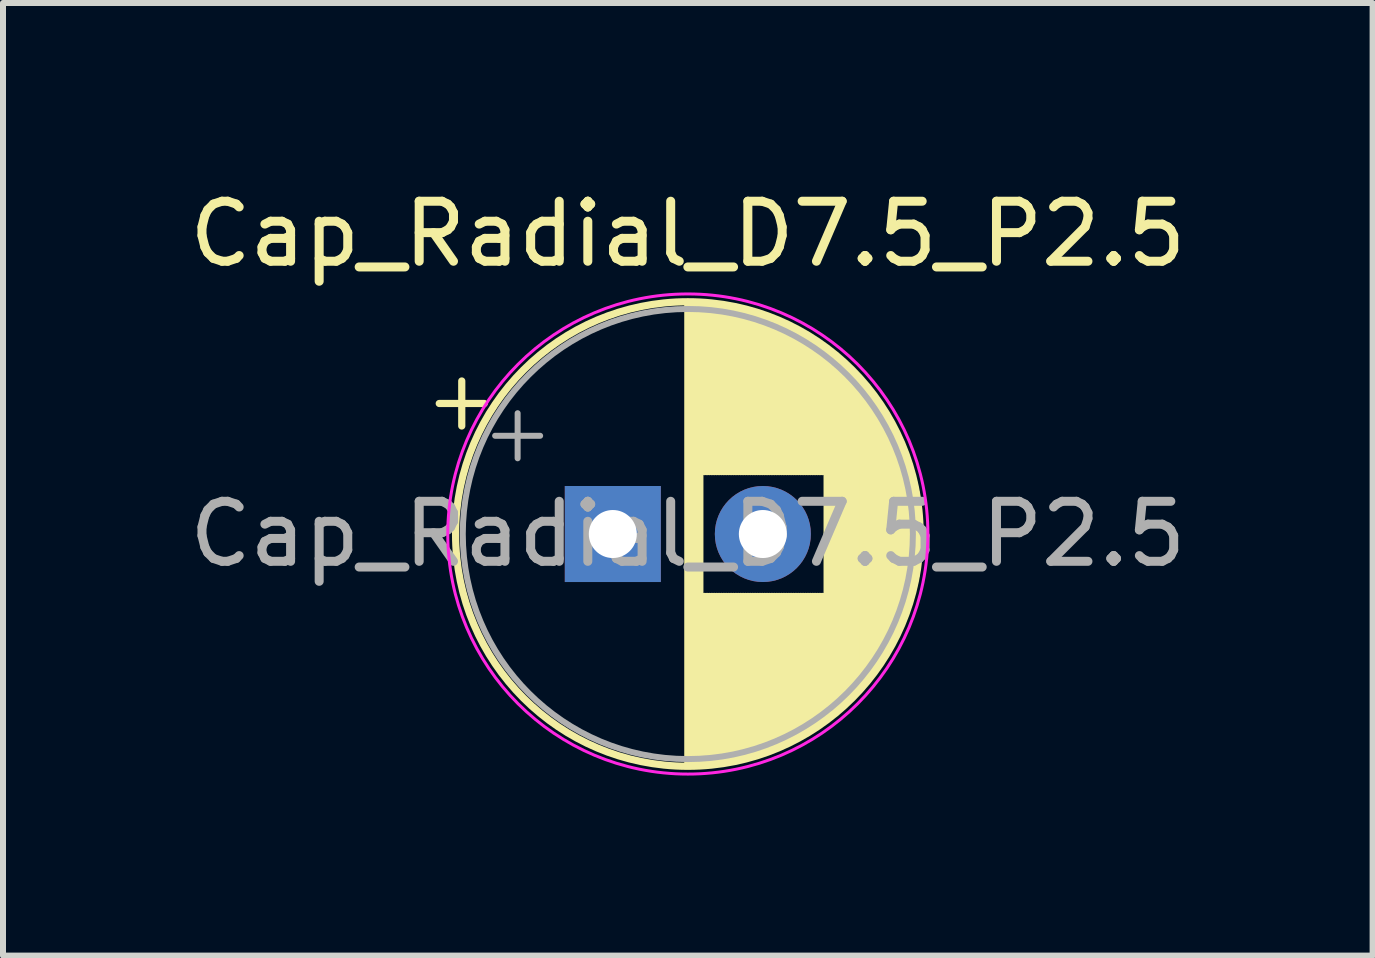
<source format=kicad_pcb>
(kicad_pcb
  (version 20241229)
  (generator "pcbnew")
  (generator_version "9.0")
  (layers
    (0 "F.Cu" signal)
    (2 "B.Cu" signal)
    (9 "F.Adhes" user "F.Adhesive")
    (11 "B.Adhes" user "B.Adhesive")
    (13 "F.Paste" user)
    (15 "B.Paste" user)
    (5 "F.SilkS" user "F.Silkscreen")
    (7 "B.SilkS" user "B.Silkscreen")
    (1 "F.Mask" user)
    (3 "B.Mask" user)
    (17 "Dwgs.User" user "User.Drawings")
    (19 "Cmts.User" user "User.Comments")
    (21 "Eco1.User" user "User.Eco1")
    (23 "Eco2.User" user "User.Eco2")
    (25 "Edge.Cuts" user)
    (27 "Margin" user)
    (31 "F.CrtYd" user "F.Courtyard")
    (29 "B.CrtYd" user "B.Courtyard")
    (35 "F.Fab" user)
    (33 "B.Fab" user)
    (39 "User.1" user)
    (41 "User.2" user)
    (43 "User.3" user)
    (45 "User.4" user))
  (footprint "Cap_Radial_D7.5_P2.5"
    (layer "F.Cu")
    (at 7.161 5.848)
    (property "Reference" "Cap_Radial_D7.5_P2.5" (at 1.25 -5 0) (layer "F.SilkS") (effects (font (size 1 1) (thickness 0.15))))
    (fp_line (start -2.892 -2.175) (end -2.142 -2.175) (stroke (width 0.12) (type solid)) (layer "F.SilkS"))
    (fp_line (start -2.517 -2.55) (end -2.517 -1.8) (stroke (width 0.12) (type solid)) (layer "F.SilkS"))
    (fp_line (start 1.25 -3.83) (end 1.25 3.83) (stroke (width 0.12) (type solid)) (layer "F.SilkS"))
    (fp_line (start 1.29 -3.83) (end 1.29 3.83) (stroke (width 0.12) (type solid)) (layer "F.SilkS"))
    (fp_line (start 1.33 -3.83) (end 1.33 3.83) (stroke (width 0.12) (type solid)) (layer "F.SilkS"))
    (fp_line (start 1.37 -3.829) (end 1.37 3.829) (stroke (width 0.12) (type solid)) (layer "F.SilkS"))
    (fp_line (start 1.41 -3.827) (end 1.41 3.827) (stroke (width 0.12) (type solid)) (layer "F.SilkS"))
    (fp_line (start 1.45 -3.825) (end 1.45 3.825) (stroke (width 0.12) (type solid)) (layer "F.SilkS"))
    (fp_line (start 1.49 -3.823) (end 1.49 -1.04) (stroke (width 0.12) (type solid)) (layer "F.SilkS"))
    (fp_line (start 1.49 1.04) (end 1.49 3.823) (stroke (width 0.12) (type solid)) (layer "F.SilkS"))
    (fp_line (start 1.53 -3.82) (end 1.53 -1.04) (stroke (width 0.12) (type solid)) (layer "F.SilkS"))
    (fp_line (start 1.53 1.04) (end 1.53 3.82) (stroke (width 0.12) (type solid)) (layer "F.SilkS"))
    (fp_line (start 1.57 -3.817) (end 1.57 -1.04) (stroke (width 0.12) (type solid)) (layer "F.SilkS"))
    (fp_line (start 1.57 1.04) (end 1.57 3.817) (stroke (width 0.12) (type solid)) (layer "F.SilkS"))
    (fp_line (start 1.61 -3.814) (end 1.61 -1.04) (stroke (width 0.12) (type solid)) (layer "F.SilkS"))
    (fp_line (start 1.61 1.04) (end 1.61 3.814) (stroke (width 0.12) (type solid)) (layer "F.SilkS"))
    (fp_line (start 1.65 -3.81) (end 1.65 -1.04) (stroke (width 0.12) (type solid)) (layer "F.SilkS"))
    (fp_line (start 1.65 1.04) (end 1.65 3.81) (stroke (width 0.12) (type solid)) (layer "F.SilkS"))
    (fp_line (start 1.69 -3.805) (end 1.69 -1.04) (stroke (width 0.12) (type solid)) (layer "F.SilkS"))
    (fp_line (start 1.69 1.04) (end 1.69 3.805) (stroke (width 0.12) (type solid)) (layer "F.SilkS"))
    (fp_line (start 1.73 -3.801) (end 1.73 -1.04) (stroke (width 0.12) (type solid)) (layer "F.SilkS"))
    (fp_line (start 1.73 1.04) (end 1.73 3.801) (stroke (width 0.12) (type solid)) (layer "F.SilkS"))
    (fp_line (start 1.77 -3.795) (end 1.77 -1.04) (stroke (width 0.12) (type solid)) (layer "F.SilkS"))
    (fp_line (start 1.77 1.04) (end 1.77 3.795) (stroke (width 0.12) (type solid)) (layer "F.SilkS"))
    (fp_line (start 1.81 -3.79) (end 1.81 -1.04) (stroke (width 0.12) (type solid)) (layer "F.SilkS"))
    (fp_line (start 1.81 1.04) (end 1.81 3.79) (stroke (width 0.12) (type solid)) (layer "F.SilkS"))
    (fp_line (start 1.85 -3.784) (end 1.85 -1.04) (stroke (width 0.12) (type solid)) (layer "F.SilkS"))
    (fp_line (start 1.85 1.04) (end 1.85 3.784) (stroke (width 0.12) (type solid)) (layer "F.SilkS"))
    (fp_line (start 1.89 -3.777) (end 1.89 -1.04) (stroke (width 0.12) (type solid)) (layer "F.SilkS"))
    (fp_line (start 1.89 1.04) (end 1.89 3.777) (stroke (width 0.12) (type solid)) (layer "F.SilkS"))
    (fp_line (start 1.93 -3.77) (end 1.93 -1.04) (stroke (width 0.12) (type solid)) (layer "F.SilkS"))
    (fp_line (start 1.93 1.04) (end 1.93 3.77) (stroke (width 0.12) (type solid)) (layer "F.SilkS"))
    (fp_line (start 1.971 -3.763) (end 1.971 -1.04) (stroke (width 0.12) (type solid)) (layer "F.SilkS"))
    (fp_line (start 1.971 1.04) (end 1.971 3.763) (stroke (width 0.12) (type solid)) (layer "F.SilkS"))
    (fp_line (start 2.011 -3.755) (end 2.011 -1.04) (stroke (width 0.12) (type solid)) (layer "F.SilkS"))
    (fp_line (start 2.011 1.04) (end 2.011 3.755) (stroke (width 0.12) (type solid)) (layer "F.SilkS"))
    (fp_line (start 2.051 -3.747) (end 2.051 -1.04) (stroke (width 0.12) (type solid)) (layer "F.SilkS"))
    (fp_line (start 2.051 1.04) (end 2.051 3.747) (stroke (width 0.12) (type solid)) (layer "F.SilkS"))
    (fp_line (start 2.091 -3.738) (end 2.091 -1.04) (stroke (width 0.12) (type solid)) (layer "F.SilkS"))
    (fp_line (start 2.091 1.04) (end 2.091 3.738) (stroke (width 0.12) (type solid)) (layer "F.SilkS"))
    (fp_line (start 2.131 -3.729) (end 2.131 -1.04) (stroke (width 0.12) (type solid)) (layer "F.SilkS"))
    (fp_line (start 2.131 1.04) (end 2.131 3.729) (stroke (width 0.12) (type solid)) (layer "F.SilkS"))
    (fp_line (start 2.171 -3.72) (end 2.171 -1.04) (stroke (width 0.12) (type solid)) (layer "F.SilkS"))
    (fp_line (start 2.171 1.04) (end 2.171 3.72) (stroke (width 0.12) (type solid)) (layer "F.SilkS"))
    (fp_line (start 2.211 -3.71) (end 2.211 -1.04) (stroke (width 0.12) (type solid)) (layer "F.SilkS"))
    (fp_line (start 2.211 1.04) (end 2.211 3.71) (stroke (width 0.12) (type solid)) (layer "F.SilkS"))
    (fp_line (start 2.251 -3.699) (end 2.251 -1.04) (stroke (width 0.12) (type solid)) (layer "F.SilkS"))
    (fp_line (start 2.251 1.04) (end 2.251 3.699) (stroke (width 0.12) (type solid)) (layer "F.SilkS"))
    (fp_line (start 2.291 -3.688) (end 2.291 -1.04) (stroke (width 0.12) (type solid)) (layer "F.SilkS"))
    (fp_line (start 2.291 1.04) (end 2.291 3.688) (stroke (width 0.12) (type solid)) (layer "F.SilkS"))
    (fp_line (start 2.331 -3.677) (end 2.331 -1.04) (stroke (width 0.12) (type solid)) (layer "F.SilkS"))
    (fp_line (start 2.331 1.04) (end 2.331 3.677) (stroke (width 0.12) (type solid)) (layer "F.SilkS"))
    (fp_line (start 2.371 -3.665) (end 2.371 -1.04) (stroke (width 0.12) (type solid)) (layer "F.SilkS"))
    (fp_line (start 2.371 1.04) (end 2.371 3.665) (stroke (width 0.12) (type solid)) (layer "F.SilkS"))
    (fp_line (start 2.411 -3.653) (end 2.411 -1.04) (stroke (width 0.12) (type solid)) (layer "F.SilkS"))
    (fp_line (start 2.411 1.04) (end 2.411 3.653) (stroke (width 0.12) (type solid)) (layer "F.SilkS"))
    (fp_line (start 2.451 -3.64) (end 2.451 -1.04) (stroke (width 0.12) (type solid)) (layer "F.SilkS"))
    (fp_line (start 2.451 1.04) (end 2.451 3.64) (stroke (width 0.12) (type solid)) (layer "F.SilkS"))
    (fp_line (start 2.491 -3.626) (end 2.491 -1.04) (stroke (width 0.12) (type solid)) (layer "F.SilkS"))
    (fp_line (start 2.491 1.04) (end 2.491 3.626) (stroke (width 0.12) (type solid)) (layer "F.SilkS"))
    (fp_line (start 2.531 -3.613) (end 2.531 -1.04) (stroke (width 0.12) (type solid)) (layer "F.SilkS"))
    (fp_line (start 2.531 1.04) (end 2.531 3.613) (stroke (width 0.12) (type solid)) (layer "F.SilkS"))
    (fp_line (start 2.571 -3.598) (end 2.571 -1.04) (stroke (width 0.12) (type solid)) (layer "F.SilkS"))
    (fp_line (start 2.571 1.04) (end 2.571 3.598) (stroke (width 0.12) (type solid)) (layer "F.SilkS"))
    (fp_line (start 2.611 -3.584) (end 2.611 -1.04) (stroke (width 0.12) (type solid)) (layer "F.SilkS"))
    (fp_line (start 2.611 1.04) (end 2.611 3.584) (stroke (width 0.12) (type solid)) (layer "F.SilkS"))
    (fp_line (start 2.651 -3.568) (end 2.651 -1.04) (stroke (width 0.12) (type solid)) (layer "F.SilkS"))
    (fp_line (start 2.651 1.04) (end 2.651 3.568) (stroke (width 0.12) (type solid)) (layer "F.SilkS"))
    (fp_line (start 2.691 -3.553) (end 2.691 -1.04) (stroke (width 0.12) (type solid)) (layer "F.SilkS"))
    (fp_line (start 2.691 1.04) (end 2.691 3.553) (stroke (width 0.12) (type solid)) (layer "F.SilkS"))
    (fp_line (start 2.731 -3.536) (end 2.731 -1.04) (stroke (width 0.12) (type solid)) (layer "F.SilkS"))
    (fp_line (start 2.731 1.04) (end 2.731 3.536) (stroke (width 0.12) (type solid)) (layer "F.SilkS"))
    (fp_line (start 2.771 -3.52) (end 2.771 -1.04) (stroke (width 0.12) (type solid)) (layer "F.SilkS"))
    (fp_line (start 2.771 1.04) (end 2.771 3.52) (stroke (width 0.12) (type solid)) (layer "F.SilkS"))
    (fp_line (start 2.811 -3.502) (end 2.811 -1.04) (stroke (width 0.12) (type solid)) (layer "F.SilkS"))
    (fp_line (start 2.811 1.04) (end 2.811 3.502) (stroke (width 0.12) (type solid)) (layer "F.SilkS"))
    (fp_line (start 2.851 -3.484) (end 2.851 -1.04) (stroke (width 0.12) (type solid)) (layer "F.SilkS"))
    (fp_line (start 2.851 1.04) (end 2.851 3.484) (stroke (width 0.12) (type solid)) (layer "F.SilkS"))
    (fp_line (start 2.891 -3.466) (end 2.891 -1.04) (stroke (width 0.12) (type solid)) (layer "F.SilkS"))
    (fp_line (start 2.891 1.04) (end 2.891 3.466) (stroke (width 0.12) (type solid)) (layer "F.SilkS"))
    (fp_line (start 2.931 -3.447) (end 2.931 -1.04) (stroke (width 0.12) (type solid)) (layer "F.SilkS"))
    (fp_line (start 2.931 1.04) (end 2.931 3.447) (stroke (width 0.12) (type solid)) (layer "F.SilkS"))
    (fp_line (start 2.971 -3.427) (end 2.971 -1.04) (stroke (width 0.12) (type solid)) (layer "F.SilkS"))
    (fp_line (start 2.971 1.04) (end 2.971 3.427) (stroke (width 0.12) (type solid)) (layer "F.SilkS"))
    (fp_line (start 3.011 -3.407) (end 3.011 -1.04) (stroke (width 0.12) (type solid)) (layer "F.SilkS"))
    (fp_line (start 3.011 1.04) (end 3.011 3.407) (stroke (width 0.12) (type solid)) (layer "F.SilkS"))
    (fp_line (start 3.051 -3.386) (end 3.051 -1.04) (stroke (width 0.12) (type solid)) (layer "F.SilkS"))
    (fp_line (start 3.051 1.04) (end 3.051 3.386) (stroke (width 0.12) (type solid)) (layer "F.SilkS"))
    (fp_line (start 3.091 -3.365) (end 3.091 -1.04) (stroke (width 0.12) (type solid)) (layer "F.SilkS"))
    (fp_line (start 3.091 1.04) (end 3.091 3.365) (stroke (width 0.12) (type solid)) (layer "F.SilkS"))
    (fp_line (start 3.131 -3.343) (end 3.131 -1.04) (stroke (width 0.12) (type solid)) (layer "F.SilkS"))
    (fp_line (start 3.131 1.04) (end 3.131 3.343) (stroke (width 0.12) (type solid)) (layer "F.SilkS"))
    (fp_line (start 3.171 -3.321) (end 3.171 -1.04) (stroke (width 0.12) (type solid)) (layer "F.SilkS"))
    (fp_line (start 3.171 1.04) (end 3.171 3.321) (stroke (width 0.12) (type solid)) (layer "F.SilkS"))
    (fp_line (start 3.211 -3.297) (end 3.211 -1.04) (stroke (width 0.12) (type solid)) (layer "F.SilkS"))
    (fp_line (start 3.211 1.04) (end 3.211 3.297) (stroke (width 0.12) (type solid)) (layer "F.SilkS"))
    (fp_line (start 3.251 -3.274) (end 3.251 -1.04) (stroke (width 0.12) (type solid)) (layer "F.SilkS"))
    (fp_line (start 3.251 1.04) (end 3.251 3.274) (stroke (width 0.12) (type solid)) (layer "F.SilkS"))
    (fp_line (start 3.291 -3.249) (end 3.291 -1.04) (stroke (width 0.12) (type solid)) (layer "F.SilkS"))
    (fp_line (start 3.291 1.04) (end 3.291 3.249) (stroke (width 0.12) (type solid)) (layer "F.SilkS"))
    (fp_line (start 3.331 -3.224) (end 3.331 -1.04) (stroke (width 0.12) (type solid)) (layer "F.SilkS"))
    (fp_line (start 3.331 1.04) (end 3.331 3.224) (stroke (width 0.12) (type solid)) (layer "F.SilkS"))
    (fp_line (start 3.371 -3.198) (end 3.371 -1.04) (stroke (width 0.12) (type solid)) (layer "F.SilkS"))
    (fp_line (start 3.371 1.04) (end 3.371 3.198) (stroke (width 0.12) (type solid)) (layer "F.SilkS"))
    (fp_line (start 3.411 -3.172) (end 3.411 -1.04) (stroke (width 0.12) (type solid)) (layer "F.SilkS"))
    (fp_line (start 3.411 1.04) (end 3.411 3.172) (stroke (width 0.12) (type solid)) (layer "F.SilkS"))
    (fp_line (start 3.451 -3.144) (end 3.451 -1.04) (stroke (width 0.12) (type solid)) (layer "F.SilkS"))
    (fp_line (start 3.451 1.04) (end 3.451 3.144) (stroke (width 0.12) (type solid)) (layer "F.SilkS"))
    (fp_line (start 3.491 -3.116) (end 3.491 -1.04) (stroke (width 0.12) (type solid)) (layer "F.SilkS"))
    (fp_line (start 3.491 1.04) (end 3.491 3.116) (stroke (width 0.12) (type solid)) (layer "F.SilkS"))
    (fp_line (start 3.531 -3.088) (end 3.531 -1.04) (stroke (width 0.12) (type solid)) (layer "F.SilkS"))
    (fp_line (start 3.531 1.04) (end 3.531 3.088) (stroke (width 0.12) (type solid)) (layer "F.SilkS"))
    (fp_line (start 3.571 -3.058) (end 3.571 3.058) (stroke (width 0.12) (type solid)) (layer "F.SilkS"))
    (fp_line (start 3.611 -3.028) (end 3.611 3.028) (stroke (width 0.12) (type solid)) (layer "F.SilkS"))
    (fp_line (start 3.651 -2.996) (end 3.651 2.996) (stroke (width 0.12) (type solid)) (layer "F.SilkS"))
    (fp_line (start 3.691 -2.964) (end 3.691 2.964) (stroke (width 0.12) (type solid)) (layer "F.SilkS"))
    (fp_line (start 3.731 -2.931) (end 3.731 2.931) (stroke (width 0.12) (type solid)) (layer "F.SilkS"))
    (fp_line (start 3.771 -2.898) (end 3.771 2.898) (stroke (width 0.12) (type solid)) (layer "F.SilkS"))
    (fp_line (start 3.811 -2.863) (end 3.811 2.863) (stroke (width 0.12) (type solid)) (layer "F.SilkS"))
    (fp_line (start 3.851 -2.827) (end 3.851 2.827) (stroke (width 0.12) (type solid)) (layer "F.SilkS"))
    (fp_line (start 3.891 -2.79) (end 3.891 2.79) (stroke (width 0.12) (type solid)) (layer "F.SilkS"))
    (fp_line (start 3.931 -2.752) (end 3.931 2.752) (stroke (width 0.12) (type solid)) (layer "F.SilkS"))
    (fp_line (start 3.971 -2.713) (end 3.971 2.713) (stroke (width 0.12) (type solid)) (layer "F.SilkS"))
    (fp_line (start 4.011 -2.673) (end 4.011 2.673) (stroke (width 0.12) (type solid)) (layer "F.SilkS"))
    (fp_line (start 4.051 -2.632) (end 4.051 2.632) (stroke (width 0.12) (type solid)) (layer "F.SilkS"))
    (fp_line (start 4.091 -2.589) (end 4.091 2.589) (stroke (width 0.12) (type solid)) (layer "F.SilkS"))
    (fp_line (start 4.131 -2.546) (end 4.131 2.546) (stroke (width 0.12) (type solid)) (layer "F.SilkS"))
    (fp_line (start 4.171 -2.5) (end 4.171 2.5) (stroke (width 0.12) (type solid)) (layer "F.SilkS"))
    (fp_line (start 4.211 -2.454) (end 4.211 2.454) (stroke (width 0.12) (type solid)) (layer "F.SilkS"))
    (fp_line (start 4.251 -2.405) (end 4.251 2.405) (stroke (width 0.12) (type solid)) (layer "F.SilkS"))
    (fp_line (start 4.291 -2.355) (end 4.291 2.355) (stroke (width 0.12) (type solid)) (layer "F.SilkS"))
    (fp_line (start 4.331 -2.304) (end 4.331 2.304) (stroke (width 0.12) (type solid)) (layer "F.SilkS"))
    (fp_line (start 4.371 -2.25) (end 4.371 2.25) (stroke (width 0.12) (type solid)) (layer "F.SilkS"))
    (fp_line (start 4.411 -2.195) (end 4.411 2.195) (stroke (width 0.12) (type solid)) (layer "F.SilkS"))
    (fp_line (start 4.451 -2.137) (end 4.451 2.137) (stroke (width 0.12) (type solid)) (layer "F.SilkS"))
    (fp_line (start 4.491 -2.077) (end 4.491 2.077) (stroke (width 0.12) (type solid)) (layer "F.SilkS"))
    (fp_line (start 4.531 -2.014) (end 4.531 2.014) (stroke (width 0.12) (type solid)) (layer "F.SilkS"))
    (fp_line (start 4.571 -1.949) (end 4.571 1.949) (stroke (width 0.12) (type solid)) (layer "F.SilkS"))
    (fp_line (start 4.611 -1.881) (end 4.611 1.881) (stroke (width 0.12) (type solid)) (layer "F.SilkS"))
    (fp_line (start 4.651 -1.809) (end 4.651 1.809) (stroke (width 0.12) (type solid)) (layer "F.SilkS"))
    (fp_line (start 4.691 -1.733) (end 4.691 1.733) (stroke (width 0.12) (type solid)) (layer "F.SilkS"))
    (fp_line (start 4.731 -1.654) (end 4.731 1.654) (stroke (width 0.12) (type solid)) (layer "F.SilkS"))
    (fp_line (start 4.771 -1.569) (end 4.771 1.569) (stroke (width 0.12) (type solid)) (layer "F.SilkS"))
    (fp_line (start 4.811 -1.478) (end 4.811 1.478) (stroke (width 0.12) (type solid)) (layer "F.SilkS"))
    (fp_line (start 4.851 -1.381) (end 4.851 1.381) (stroke (width 0.12) (type solid)) (layer "F.SilkS"))
    (fp_line (start 4.891 -1.275) (end 4.891 1.275) (stroke (width 0.12) (type solid)) (layer "F.SilkS"))
    (fp_line (start 4.931 -1.158) (end 4.931 1.158) (stroke (width 0.12) (type solid)) (layer "F.SilkS"))
    (fp_line (start 4.971 -1.028) (end 4.971 1.028) (stroke (width 0.12) (type solid)) (layer "F.SilkS"))
    (fp_line (start 5.011 -0.877) (end 5.011 0.877) (stroke (width 0.12) (type solid)) (layer "F.SilkS"))
    (fp_line (start 5.051 -0.693) (end 5.051 0.693) (stroke (width 0.12) (type solid)) (layer "F.SilkS"))
    (fp_line (start 5.091 -0.441) (end 5.091 0.441) (stroke (width 0.12) (type solid)) (layer "F.SilkS"))
    (fp_circle (center 1.25 0) (end 5.12 0) (stroke (width 0.12) (type solid)) (fill no) (layer "F.SilkS"))
    (fp_circle (center 1.25 0) (end 5.25 0) (stroke (width 0.05) (type solid)) (fill no) (layer "F.CrtYd"))
    (fp_line (start -1.961 -1.637) (end -1.211 -1.637) (stroke (width 0.1) (type solid)) (layer "F.Fab"))
    (fp_line (start -1.586 -2.013) (end -1.586 -1.262) (stroke (width 0.1) (type solid)) (layer "F.Fab"))
    (fp_circle (center 1.25 0) (end 5 0) (stroke (width 0.1) (type solid)) (fill no) (layer "F.Fab"))
    (fp_text user "${REFERENCE}" (at 1.25 0 0) (layer "F.Fab") (effects (font (size 1 1) (thickness 0.15))))
    (pad "1" thru_hole rect (at 0 0) (size 1.6 1.6) (drill 0.8) (layers "*.Cu" "*.Mask"))
    (pad "2" thru_hole circle (at 2.5 0) (size 1.6 1.6) (drill 0.8) (layers "*.Cu" "*.Mask")))
  (gr_rect
    (start -3 -3)
    (end 19.821 12.873)
    (stroke (width 0.1) (type default))
    (fill no)
    (layer "Edge.Cuts")))
</source>
